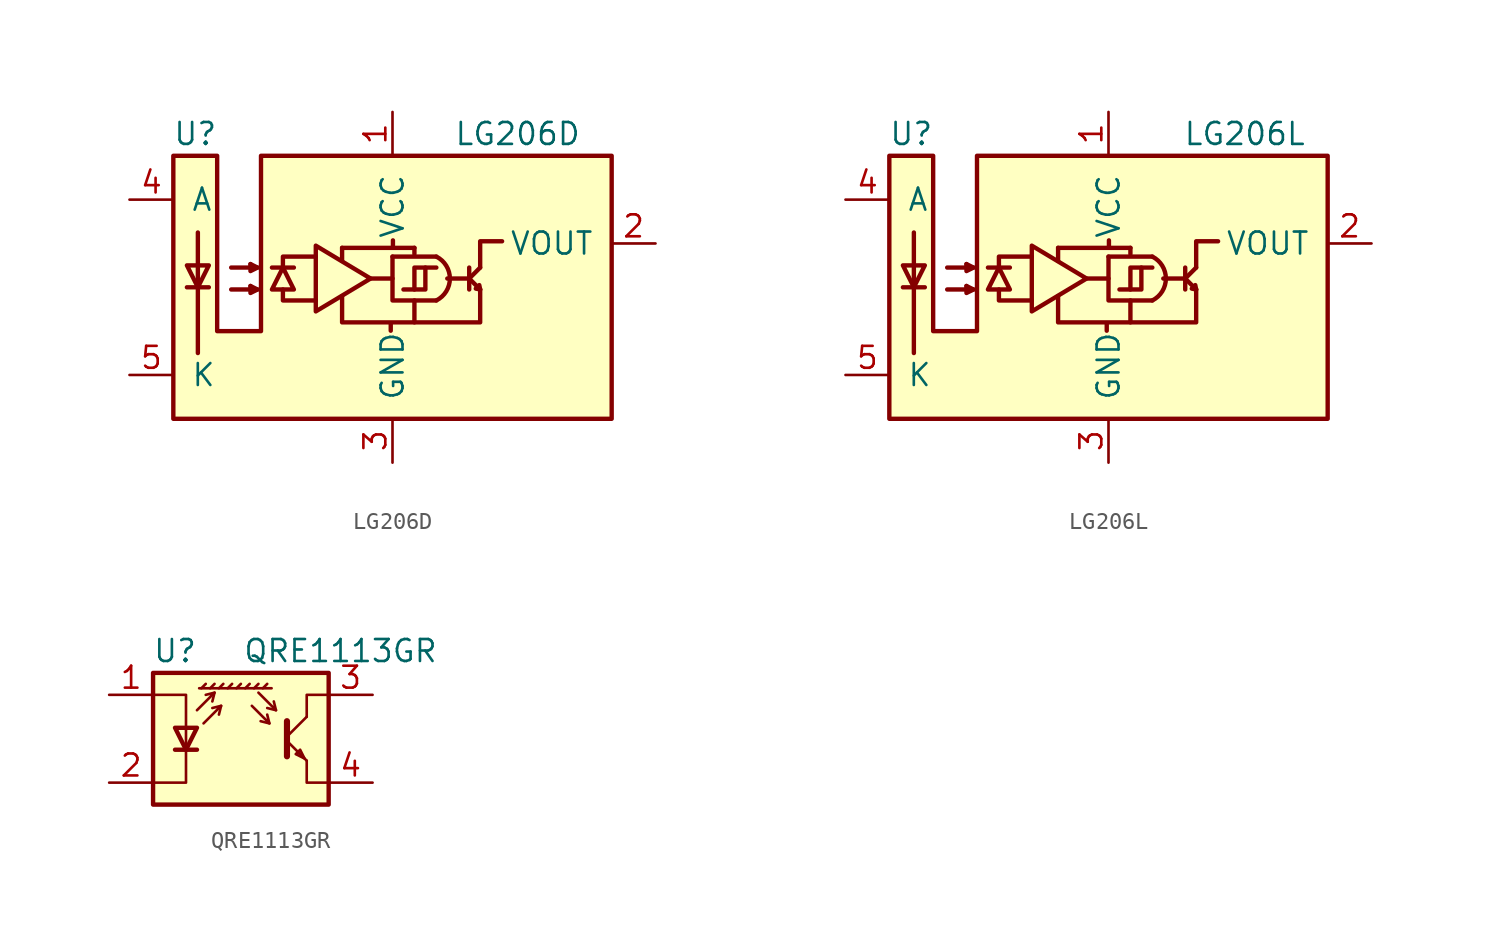
<source format=kicad_sym>
(kicad_symbol_lib
  (version 20201005)
  (generator kicad_symbol_editor)
  (symbol "Sensor_Proximity:LG206D"
    (pin_names
      (offset 1.016))
    (property "Reference" "U"
      (at -11.43 8.89 0)
      (effects (font (size 1.27 1.27))))
    (property "Value" "LG206D"
      (at 3.556 8.89 0)
      (effects (font (size 1.27 1.27)) (justify left)))
    (symbol "LG206D_0_1"
      (arc (start 2.54 1.778) (end 2.54 -0.762) (radius (at 1.905 0.508) (length 1.4224) (angles 63.4 -63.4)) (stroke (width 0.254)) (fill (type none)))
      (polyline (pts (xy -11.913 0) (xy -10.643 0)) (stroke (width 0.254)) (fill (type none)))
      (polyline (pts (xy -11.278 -3.81) (xy -11.278 3.175)) (stroke (width 0.254)) (fill (type none)))
      (polyline (pts (xy -6.985 1.143) (xy -5.715 1.143)) (stroke (width 0.254)) (fill (type none)))
      (polyline (pts (xy -2.921 1.524) (xy -2.921 2.286)) (stroke (width 0.254)) (fill (type none)))
      (polyline (pts (xy -2.921 2.286) (xy 1.27 2.286)) (stroke (width 0.254)) (fill (type none)))
      (polyline (pts (xy -1.27 0.508) (xy 0 0.508)) (stroke (width 0.254)) (fill (type none)))
      (polyline (pts (xy -0.102 -2.515) (xy -0.102 -2.083)) (stroke (width 0.254)) (fill (type none)))
      (polyline (pts (xy 0 1.778) (xy 2.54 1.778)) (stroke (width 0.254)) (fill (type none)))
      (polyline (pts (xy 0.025 2.311) (xy 0.025 2.718)) (stroke (width 0.254)) (fill (type none)))
      (polyline (pts (xy 1.27 1.93) (xy 1.27 2.286)) (stroke (width 0.254)) (fill (type none)))
      (polyline (pts (xy 3.175 0.508) (xy 4.445 0.508)) (stroke (width 0.254)) (fill (type none)))
      (polyline (pts (xy 4.445 0.508) (xy 5.08 -0.127)) (stroke (width 0.254)) (fill (type none)))
      (polyline (pts (xy 4.445 0.508) (xy 5.08 1.143)) (stroke (width 0.254)) (fill (type none)))
      (polyline (pts (xy 4.445 1.143) (xy 4.445 -0.127)) (stroke (width 0.254)) (fill (type none)))
      (polyline (pts (xy -9.347 -0.127) (xy -7.823 -0.127) (xy -8.23 0.076)) (stroke (width 0.254)) (fill (type none)))
      (polyline (pts (xy -9.347 1.143) (xy -7.823 1.143) (xy -8.23 1.346)) (stroke (width 0.254)) (fill (type none)))
      (polyline (pts (xy -8.23 0.076) (xy -8.23 -0.33) (xy -7.823 -0.127)) (stroke (width 0.254)) (fill (type none)))
      (polyline (pts (xy -8.23 1.346) (xy -8.23 0.94) (xy -7.823 1.143)) (stroke (width 0.254)) (fill (type none)))
      (polyline (pts (xy -6.35 -0.127) (xy -6.35 -0.762) (xy -4.445 -0.762)) (stroke (width 0.254)) (fill (type none)))
      (polyline (pts (xy -6.35 1.143) (xy -6.35 1.778) (xy -4.445 1.778)) (stroke (width 0.254)) (fill (type none)))
      (polyline (pts (xy 0 1.778) (xy 0 -0.762) (xy 2.54 -0.762)) (stroke (width 0.254)) (fill (type none)))
      (polyline (pts (xy 1.27 -2.032) (xy -2.921 -2.032) (xy -2.921 -0.508)) (stroke (width 0.254)) (fill (type none)))
      (polyline (pts (xy 1.905 1.143) (xy 1.27 1.143) (xy 1.27 -0.127)) (stroke (width 0.254)) (fill (type none)))
      (polyline (pts (xy 5.08 1.143) (xy 5.08 2.667) (xy 6.35 2.667)) (stroke (width 0.254)) (fill (type none)))
      (polyline (pts (xy -11.913 1.27) (xy -10.643 1.27) (xy -11.278 0) (xy -11.913 1.27)) (stroke (width 0.254)) (fill (type none)))
      (polyline (pts (xy -6.985 -0.127) (xy -5.715 -0.127) (xy -6.35 1.143) (xy -6.985 -0.127)) (stroke (width 0.254)) (fill (type none)))
      (polyline (pts (xy -4.445 2.413) (xy -4.445 -1.397) (xy -1.27 0.508) (xy -4.445 2.413)) (stroke (width 0.254)) (fill (type none)))
      (polyline (pts (xy 0.635 -0.127) (xy 1.905 -0.127) (xy 1.905 1.143) (xy 2.54 1.143)) (stroke (width 0.254)) (fill (type none)))
      (polyline (pts (xy 1.27 -0.762) (xy 1.27 -2.032) (xy 5.08 -2.032) (xy 5.08 -0.127)) (stroke (width 0.254)) (fill (type none)))
      (polyline (pts (xy 5.08 -0.127) (xy 4.826 -0.076) (xy 5.029 0.127) (xy 5.08 -0.127)) (stroke (width 0.254)) (fill (type none)))
      (polyline (pts (xy -12.7 -7.62) (xy 12.7 -7.62) (xy 12.7 7.62) (xy -7.62 7.62) (xy -7.62 -2.54) (xy -10.16 -2.54) (xy -10.16 7.62) (xy -12.7 7.62) (xy -12.7 -7.62)) (stroke (width 0.254)) (fill (type background))))
    (symbol "LG206D_1_1"
      (pin power_in line (at 0 10.16 270) (length 2.54) (name "VCC" (effects (font (size 1.27 1.27)))) (number "1" (effects (font (size 1.27 1.27)))))
      (pin open_collector line (at 15.24 2.54 180) (length 2.54) (name "VOUT" (effects (font (size 1.27 1.27)))) (number "2" (effects (font (size 1.27 1.27)))))
      (pin power_in line (at 0 -10.16 90) (length 2.54) (name "GND" (effects (font (size 1.27 1.27)))) (number "3" (effects (font (size 1.27 1.27)))))
      (pin passive line (at -15.24 5.08 0) (length 2.54) (name "A" (effects (font (size 1.27 1.27)))) (number "4" (effects (font (size 1.27 1.27)))))
      (pin passive line (at -15.24 -5.08 0) (length 2.54) (name "K" (effects (font (size 1.27 1.27)))) (number "5" (effects (font (size 1.27 1.27)))))))
  (symbol "Sensor_Proximity:LG206L"
    (pin_names
      (offset 1.016))
    (property "Reference" "U"
      (at -11.43 8.89 0)
      (effects (font (size 1.27 1.27))))
    (property "Value" "LG206L"
      (at 4.318 8.89 0)
      (effects (font (size 1.27 1.27)) (justify left)))
    (symbol "LG206L_0_1"
      (arc (start 2.54 1.778) (end 2.54 -0.762) (radius (at 1.905 0.508) (length 1.4224) (angles 63.4 -63.4)) (stroke (width 0.254)) (fill (type none)))
      (polyline (pts (xy -11.913 0) (xy -10.643 0)) (stroke (width 0.254)) (fill (type none)))
      (polyline (pts (xy -11.278 -3.81) (xy -11.278 3.175)) (stroke (width 0.254)) (fill (type none)))
      (polyline (pts (xy -6.985 1.143) (xy -5.715 1.143)) (stroke (width 0.254)) (fill (type none)))
      (polyline (pts (xy -2.921 1.524) (xy -2.921 2.286)) (stroke (width 0.254)) (fill (type none)))
      (polyline (pts (xy -2.921 2.286) (xy 1.27 2.286)) (stroke (width 0.254)) (fill (type none)))
      (polyline (pts (xy -1.27 0.508) (xy 0 0.508)) (stroke (width 0.254)) (fill (type none)))
      (polyline (pts (xy -0.102 -2.515) (xy -0.102 -2.083)) (stroke (width 0.254)) (fill (type none)))
      (polyline (pts (xy 0 1.778) (xy 2.54 1.778)) (stroke (width 0.254)) (fill (type none)))
      (polyline (pts (xy 0.025 2.311) (xy 0.025 2.718)) (stroke (width 0.254)) (fill (type none)))
      (polyline (pts (xy 1.27 1.93) (xy 1.27 2.286)) (stroke (width 0.254)) (fill (type none)))
      (polyline (pts (xy 3.175 0.508) (xy 4.445 0.508)) (stroke (width 0.254)) (fill (type none)))
      (polyline (pts (xy 4.445 0.508) (xy 5.08 -0.127)) (stroke (width 0.254)) (fill (type none)))
      (polyline (pts (xy 4.445 0.508) (xy 5.08 1.143)) (stroke (width 0.254)) (fill (type none)))
      (polyline (pts (xy 4.445 1.143) (xy 4.445 -0.127)) (stroke (width 0.254)) (fill (type none)))
      (polyline (pts (xy -9.347 -0.127) (xy -7.823 -0.127) (xy -8.23 0.076)) (stroke (width 0.254)) (fill (type none)))
      (polyline (pts (xy -9.347 1.143) (xy -7.823 1.143) (xy -8.23 1.346)) (stroke (width 0.254)) (fill (type none)))
      (polyline (pts (xy -8.23 0.076) (xy -8.23 -0.33) (xy -7.823 -0.127)) (stroke (width 0.254)) (fill (type none)))
      (polyline (pts (xy -8.23 1.346) (xy -8.23 0.94) (xy -7.823 1.143)) (stroke (width 0.254)) (fill (type none)))
      (polyline (pts (xy -6.35 -0.127) (xy -6.35 -0.762) (xy -4.445 -0.762)) (stroke (width 0.254)) (fill (type none)))
      (polyline (pts (xy -6.35 1.143) (xy -6.35 1.778) (xy -4.445 1.778)) (stroke (width 0.254)) (fill (type none)))
      (polyline (pts (xy 0 1.778) (xy 0 -0.762) (xy 2.54 -0.762)) (stroke (width 0.254)) (fill (type none)))
      (polyline (pts (xy 1.27 -2.032) (xy -2.921 -2.032) (xy -2.921 -0.508)) (stroke (width 0.254)) (fill (type none)))
      (polyline (pts (xy 1.905 1.143) (xy 1.27 1.143) (xy 1.27 -0.127)) (stroke (width 0.254)) (fill (type none)))
      (polyline (pts (xy 5.08 1.143) (xy 5.08 2.667) (xy 6.35 2.667)) (stroke (width 0.254)) (fill (type none)))
      (polyline (pts (xy -11.913 1.27) (xy -10.643 1.27) (xy -11.278 0) (xy -11.913 1.27)) (stroke (width 0.254)) (fill (type none)))
      (polyline (pts (xy -6.985 -0.127) (xy -5.715 -0.127) (xy -6.35 1.143) (xy -6.985 -0.127)) (stroke (width 0.254)) (fill (type none)))
      (polyline (pts (xy -4.445 2.413) (xy -4.445 -1.397) (xy -1.27 0.508) (xy -4.445 2.413)) (stroke (width 0.254)) (fill (type none)))
      (polyline (pts (xy 0.635 -0.127) (xy 1.905 -0.127) (xy 1.905 1.143) (xy 2.54 1.143)) (stroke (width 0.254)) (fill (type none)))
      (polyline (pts (xy 1.27 -0.762) (xy 1.27 -2.032) (xy 5.08 -2.032) (xy 5.08 -0.127)) (stroke (width 0.254)) (fill (type none)))
      (polyline (pts (xy 5.08 -0.127) (xy 4.826 -0.076) (xy 5.029 0.127) (xy 5.08 -0.127)) (stroke (width 0.254)) (fill (type none)))
      (polyline (pts (xy -12.7 -7.62) (xy 12.7 -7.62) (xy 12.7 7.62) (xy -7.62 7.62) (xy -7.62 -2.54) (xy -10.16 -2.54) (xy -10.16 7.62) (xy -12.7 7.62) (xy -12.7 -7.62)) (stroke (width 0.254)) (fill (type background))))
    (symbol "LG206L_1_1"
      (pin power_in line (at 0 10.16 270) (length 2.54) (name "VCC" (effects (font (size 1.27 1.27)))) (number "1" (effects (font (size 1.27 1.27)))))
      (pin open_collector line (at 15.24 2.54 180) (length 2.54) (name "VOUT" (effects (font (size 1.27 1.27)))) (number "2" (effects (font (size 1.27 1.27)))))
      (pin power_in line (at 0 -10.16 90) (length 2.54) (name "GND" (effects (font (size 1.27 1.27)))) (number "3" (effects (font (size 1.27 1.27)))))
      (pin passive line (at -15.24 5.08 0) (length 2.54) (name "A" (effects (font (size 1.27 1.27)))) (number "4" (effects (font (size 1.27 1.27)))))
      (pin passive line (at -15.24 -5.08 0) (length 2.54) (name "K" (effects (font (size 1.27 1.27)))) (number "5" (effects (font (size 1.27 1.27)))))))
  (symbol "Sensor_Proximity:QRE1113GR"
    (pin_names
      (offset 0.025) hide)
    (property "Reference" "U"
      (at -3.81 5.08 0)
      (effects (font (size 1.27 1.27))))
    (property "Value" "QRE1113GR"
      (at 11.43 5.08 0)
      (effects (font (size 1.27 1.27)) (justify right)))
    (symbol "QRE1113GR_0_1"
      (polyline (pts (xy -3.81 -0.635) (xy -2.54 -0.635)) (stroke (width 0.254)) (fill (type none)))
      (polyline (pts (xy -2.286 2.921) (xy -2.032 3.175)) (stroke (width 0)) (fill (type none)))
      (polyline (pts (xy -1.778 2.921) (xy -1.524 3.175)) (stroke (width 0)) (fill (type none)))
      (polyline (pts (xy -1.524 2.667) (xy -1.651 2.159)) (stroke (width 0)) (fill (type none)))
      (polyline (pts (xy -1.27 2.921) (xy -1.016 3.175)) (stroke (width 0)) (fill (type none)))
      (polyline (pts (xy -1.143 1.905) (xy -1.27 1.397)) (stroke (width 0)) (fill (type none)))
      (polyline (pts (xy -0.762 2.921) (xy -0.508 3.175)) (stroke (width 0)) (fill (type none)))
      (polyline (pts (xy -0.254 2.921) (xy 0 3.175)) (stroke (width 0)) (fill (type none)))
      (polyline (pts (xy 0.254 2.921) (xy 0.508 3.175)) (stroke (width 0)) (fill (type none)))
      (polyline (pts (xy 0.762 2.921) (xy 1.016 3.175)) (stroke (width 0)) (fill (type none)))
      (polyline (pts (xy 1.27 2.921) (xy 1.524 3.175)) (stroke (width 0)) (fill (type none)))
      (polyline (pts (xy 1.651 0.889) (xy 1.143 1.016)) (stroke (width 0)) (fill (type none)))
      (polyline (pts (xy 1.778 2.921) (xy -2.413 2.921)) (stroke (width 0)) (fill (type none)))
      (polyline (pts (xy 2.032 1.651) (xy 1.524 1.778)) (stroke (width 0)) (fill (type none)))
      (polyline (pts (xy 2.667 -0.127) (xy 3.81 -1.27)) (stroke (width 0)) (fill (type none)))
      (polyline (pts (xy 2.667 0.127) (xy 3.81 1.27)) (stroke (width 0)) (fill (type none)))
      (polyline (pts (xy -2.54 1.651) (xy -1.524 2.667) (xy -2.032 2.54)) (stroke (width 0)) (fill (type none)))
      (polyline (pts (xy -2.159 0.889) (xy -1.143 1.905) (xy -1.651 1.778)) (stroke (width 0)) (fill (type none)))
      (polyline (pts (xy 0.635 1.905) (xy 1.651 0.889) (xy 1.524 1.397)) (stroke (width 0)) (fill (type none)))
      (polyline (pts (xy 1.016 2.667) (xy 2.032 1.651) (xy 1.905 2.159)) (stroke (width 0)) (fill (type none)))
      (polyline (pts (xy 2.667 1.016) (xy 2.667 -1.016) (xy 2.667 -1.016)) (stroke (width 0.356)) (fill (type none)))
      (polyline (pts (xy 3.81 -1.27) (xy 3.81 -2.54) (xy 5.08 -2.54)) (stroke (width 0)) (fill (type none)))
      (polyline (pts (xy 3.81 1.27) (xy 3.81 2.54) (xy 5.08 2.54)) (stroke (width 0)) (fill (type none)))
      (polyline (pts (xy -5.08 -2.54) (xy -3.175 -2.54) (xy -3.175 2.54) (xy -5.08 2.54)) (stroke (width 0)) (fill (type none)))
      (polyline (pts (xy -3.175 -0.635) (xy -3.81 0.635) (xy -2.54 0.635) (xy -3.175 -0.635)) (stroke (width 0.254)) (fill (type none)))
      (polyline (pts (xy 3.683 -1.143) (xy 3.429 -0.635) (xy 3.175 -0.889) (xy 3.683 -1.143)) (stroke (width 0)) (fill (type none)))
      (polyline (pts (xy -5.08 -3.81) (xy 5.08 -3.81) (xy 5.08 3.81) (xy -5.08 3.81) (xy -5.08 -3.81)) (stroke (width 0.254)) (fill (type background))))
    (symbol "QRE1113GR_1_1"
      (pin passive line (at -7.62 2.54 0) (length 2.54) (name "A" (effects (font (size 1.27 1.27)))) (number "1" (effects (font (size 1.27 1.27)))))
      (pin passive line (at -7.62 -2.54 0) (length 2.54) (name "K" (effects (font (size 1.27 1.27)))) (number "2" (effects (font (size 1.27 1.27)))))
      (pin open_collector line (at 7.62 2.54 180) (length 2.54) (name "~" (effects (font (size 1.27 1.27)))) (number "3" (effects (font (size 1.27 1.27)))))
      (pin open_emitter line (at 7.62 -2.54 180) (length 2.54) (name "~" (effects (font (size 1.27 1.27)))) (number "4" (effects (font (size 1.27 1.27))))))))
</source>
